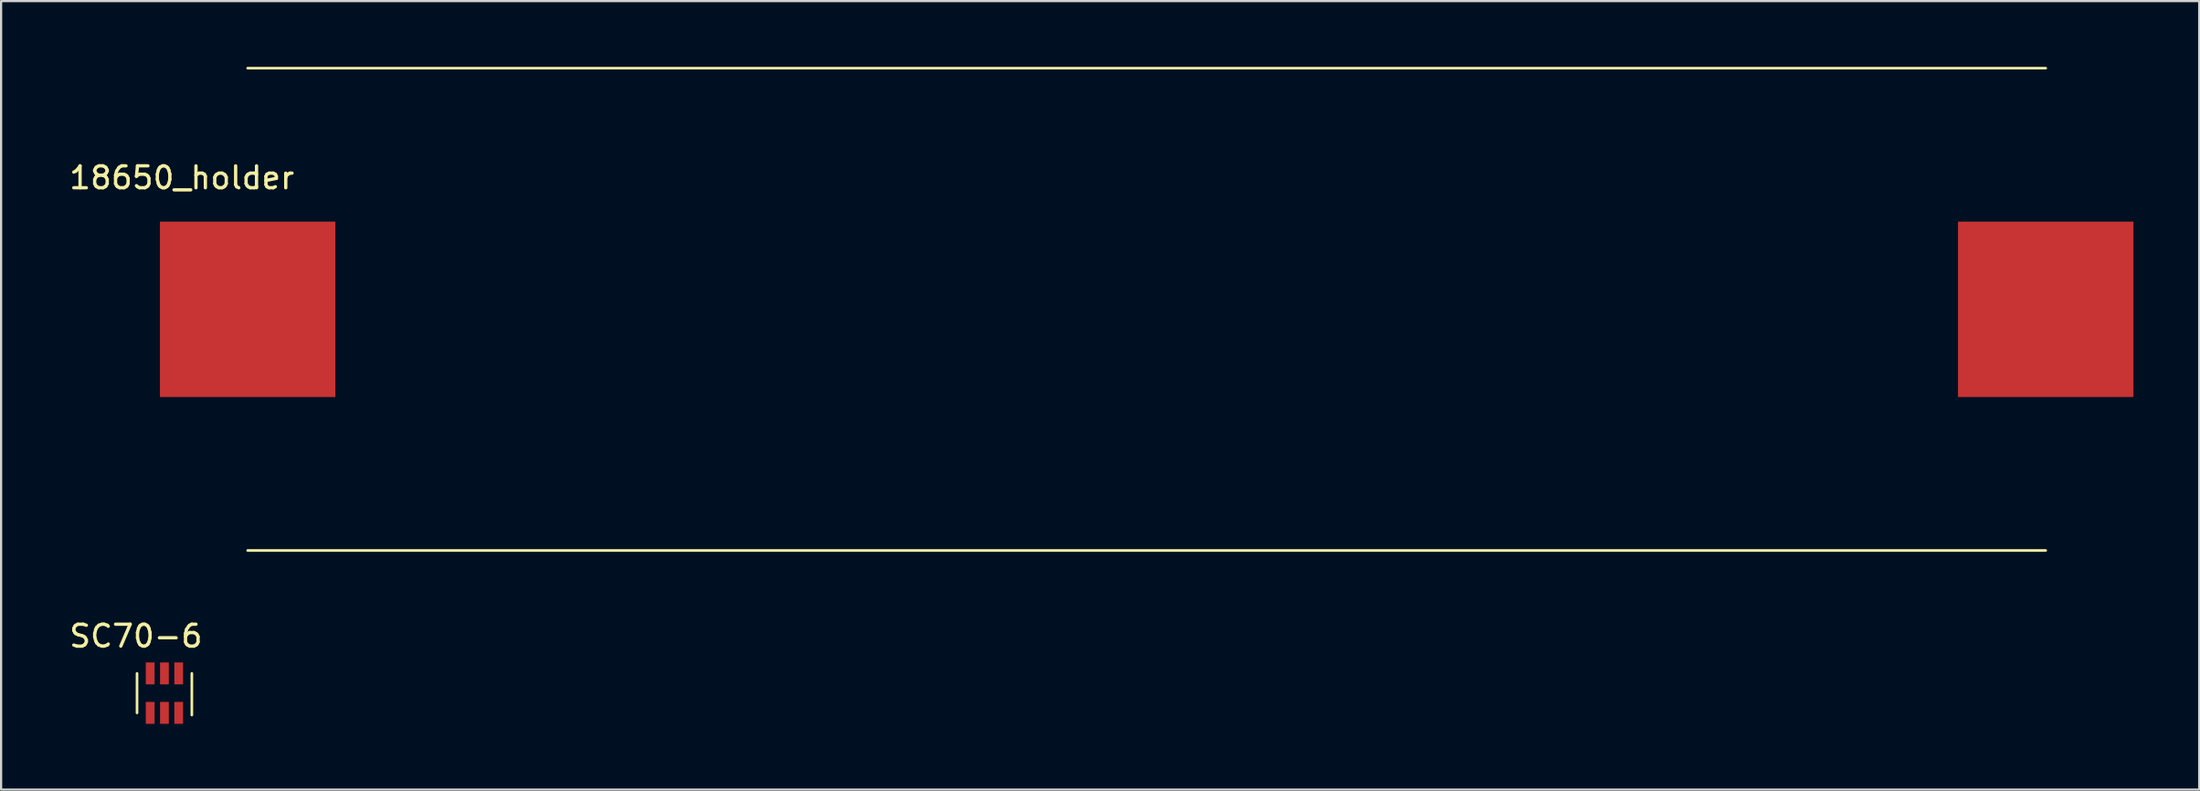
<source format=kicad_pcb>
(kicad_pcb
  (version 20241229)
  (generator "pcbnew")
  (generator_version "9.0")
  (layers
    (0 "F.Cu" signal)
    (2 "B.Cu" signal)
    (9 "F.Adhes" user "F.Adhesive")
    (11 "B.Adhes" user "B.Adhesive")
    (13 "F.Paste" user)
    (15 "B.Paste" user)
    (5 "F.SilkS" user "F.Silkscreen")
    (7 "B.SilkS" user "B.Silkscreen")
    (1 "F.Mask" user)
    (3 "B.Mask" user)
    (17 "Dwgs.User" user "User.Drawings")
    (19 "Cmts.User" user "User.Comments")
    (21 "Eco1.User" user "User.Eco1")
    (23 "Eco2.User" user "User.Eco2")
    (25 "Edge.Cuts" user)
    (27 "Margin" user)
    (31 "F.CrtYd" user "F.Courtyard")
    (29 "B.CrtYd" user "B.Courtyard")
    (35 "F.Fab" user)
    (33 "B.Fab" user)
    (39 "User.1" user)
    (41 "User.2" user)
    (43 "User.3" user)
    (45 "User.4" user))
  (footprint "SC70-6"
    (layer "F.Cu")
    (at 3.799 27.668)
    (property "Reference" "SC70-6" (at -0.65 -1.7 0) (layer "F.SilkS") (effects (font (size 1 1) (thickness 0.15))))
    (attr through_hole)
    (fp_line (start -0.6 0) (end -0.6 1.8) (stroke (width 0.12) (type solid)) (layer "F.SilkS"))
    (fp_line (start 1.9 0) (end 1.9 1.9) (stroke (width 0.12) (type solid)) (layer "F.SilkS"))
    (pad "1" smd rect (at 0 1.8) (size 0.4 1) (layers "F.Cu" "F.Mask" "F.Paste"))
    (pad "2" smd rect (at 0.65 1.8) (size 0.4 1) (layers "F.Cu" "F.Mask" "F.Paste"))
    (pad "3" smd rect (at 1.3 1.8) (size 0.4 1) (layers "F.Cu" "F.Mask" "F.Paste"))
    (pad "4" smd rect (at 1.3 0) (size 0.4 1) (layers "F.Cu" "F.Mask" "F.Paste"))
    (pad "5" smd rect (at 0.65 0) (size 0.4 1) (layers "F.Cu" "F.Mask" "F.Paste"))
    (pad "6" smd rect (at 0 0) (size 0.4 1) (layers "F.Cu" "F.Mask" "F.Paste")))
  (footprint "18650_holder"
    (layer "F.Cu")
    (at 8.244 11.06)
    (property "Reference" "18650_holder" (at -3 -6 0) (layer "F.SilkS") (effects (font (size 1 1) (thickness 0.15))))
    (attr through_hole)
    (fp_line (start 0 -11) (end 82 -11) (stroke (width 0.12) (type solid)) (layer "F.SilkS"))
    (fp_line (start 0 11) (end 82 11) (stroke (width 0.12) (type solid)) (layer "F.SilkS"))
    (pad "1" smd rect (at 0 0) (size 8 8) (layers "F.Cu" "F.Mask" "F.Paste"))
    (pad "2" smd rect (at 82 0) (size 8 8) (layers "F.Cu" "F.Mask" "F.Paste")))
  (gr_rect
    (start -3 -3)
    (end 97.244 32.968)
    (stroke (width 0.1) (type default))
    (fill no)
    (layer "Edge.Cuts")))
</source>
